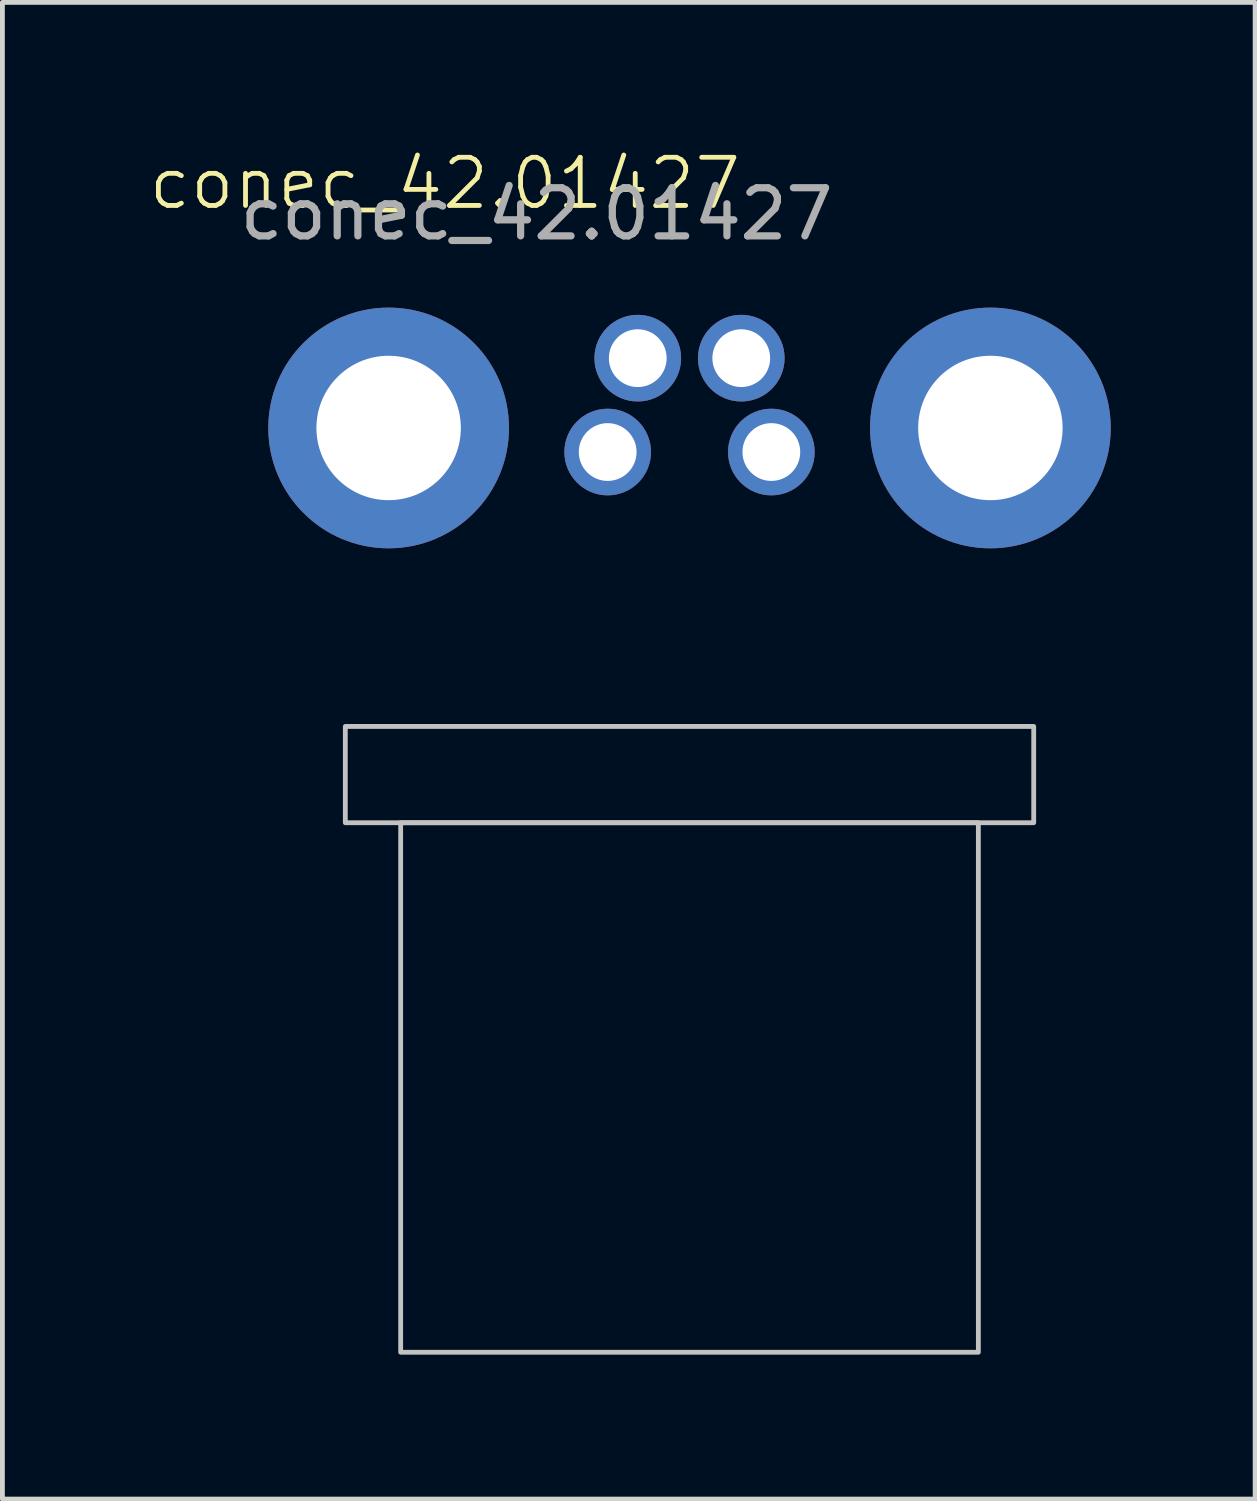
<source format=kicad_pcb>
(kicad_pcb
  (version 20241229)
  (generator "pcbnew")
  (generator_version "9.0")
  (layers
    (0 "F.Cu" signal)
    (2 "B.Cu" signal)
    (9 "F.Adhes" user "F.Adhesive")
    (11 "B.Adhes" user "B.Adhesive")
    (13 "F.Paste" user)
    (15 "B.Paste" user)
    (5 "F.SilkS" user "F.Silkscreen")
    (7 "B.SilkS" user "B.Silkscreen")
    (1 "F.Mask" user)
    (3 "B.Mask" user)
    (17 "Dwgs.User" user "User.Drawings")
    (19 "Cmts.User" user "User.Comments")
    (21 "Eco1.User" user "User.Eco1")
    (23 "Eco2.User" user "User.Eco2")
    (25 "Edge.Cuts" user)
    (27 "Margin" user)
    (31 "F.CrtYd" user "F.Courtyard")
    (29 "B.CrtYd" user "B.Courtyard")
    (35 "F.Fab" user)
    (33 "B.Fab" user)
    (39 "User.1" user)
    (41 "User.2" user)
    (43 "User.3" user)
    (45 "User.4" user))
  (footprint "conec_42.01427"
    (layer "F.Cu")
    (at 11.273 5.84)
    (property "Reference" "conec_42.01427" (at -5.08 -5.08 0) (unlocked yes) (layer "F.SilkS") (effects (font (size 1 1) (thickness 0.1))))
    (attr through_hole)
    (fp_rect (start -7.15 6.2) (end 7.15 8.2) (stroke (width 0.1) (type default)) (fill no) (layer "Dwgs.User"))
    (fp_rect (start -6 8.2) (end 6 19.2) (stroke (width 0.1) (type default)) (fill no) (layer "Dwgs.User"))
    (fp_text user "${REFERENCE}" (at -3.175 -4.445 0) (unlocked yes) (layer "F.Fab") (effects (font (size 1 1) (thickness 0.15))))
    (pad "1" thru_hole circle (at 1.7 0.5) (size 1.8 1.8) (drill 1.2) (layers "*.Cu" "*.Mask"))
    (pad "2" thru_hole circle (at 1.075 -1.45) (size 1.8 1.8) (drill 1.2) (layers "*.Cu" "*.Mask"))
    (pad "3" thru_hole circle (at -1.7 0.5) (size 1.8 1.8) (drill 1.2) (layers "*.Cu" "*.Mask"))
    (pad "4" thru_hole circle (at -1.075 -1.45) (size 1.8 1.8) (drill 1.2) (layers "*.Cu" "*.Mask"))
    (pad "5" thru_hole circle (at -6.25 0) (size 5 5) (drill 3) (layers "*.Cu" "*.Mask"))
    (pad "6" thru_hole circle (at 6.25 0) (size 5 5) (drill 3) (layers "*.Cu" "*.Mask")))
  (gr_rect
    (start -3 -3)
    (end 23.023 28.09)
    (stroke (width 0.1) (type default))
    (fill no)
    (layer "Edge.Cuts")))
</source>
